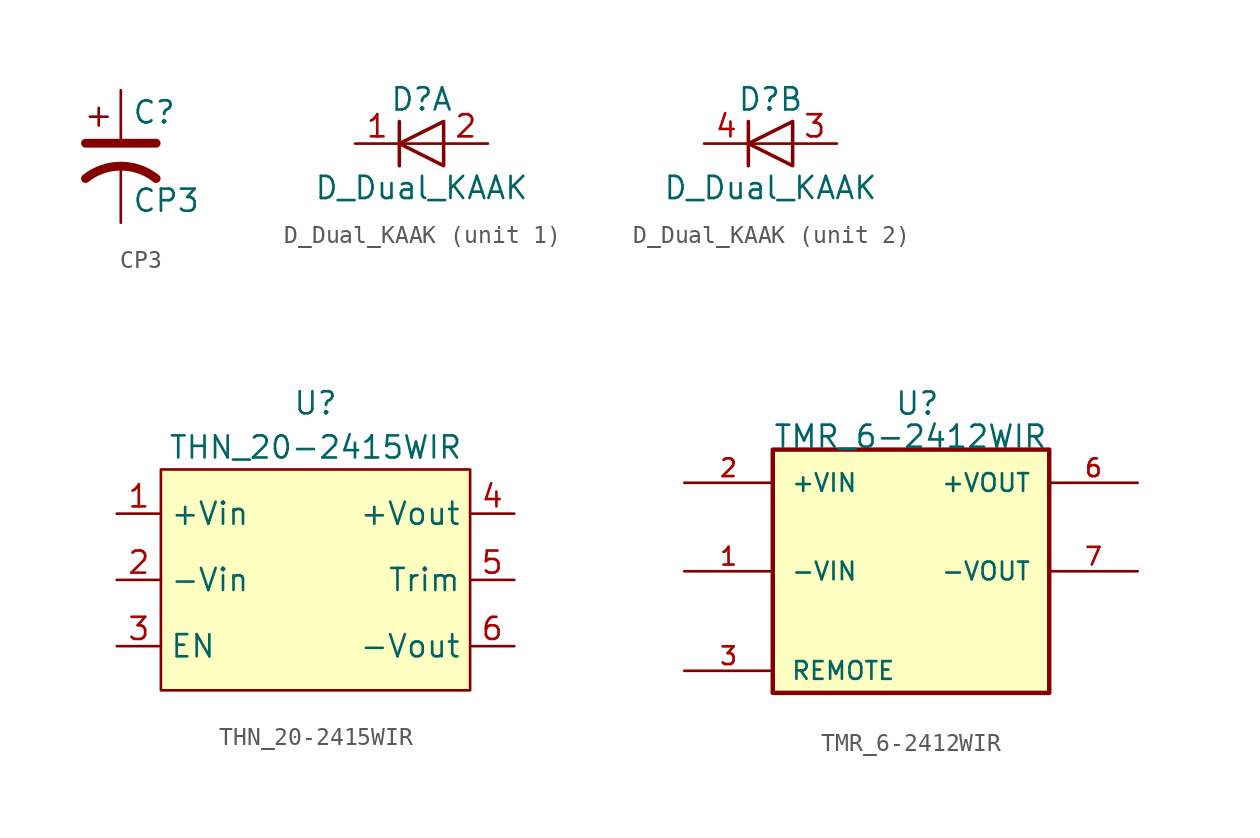
<source format=kicad_sym>
(kicad_symbol_lib
  (version 20211014)
  (generator kicad_symbol_editor)
  (symbol "CP3"
    (pin_numbers hide)
    (pin_names
      (offset 0.254) hide)
    (property "Reference" "C"
      (at 0.635 2.54 0)
      (effects (font (size 1.27 1.27)) (justify left)))
    (property "Value" "CP3"
      (at 0.635 -2.54 0)
      (effects (font (size 1.27 1.27)) (justify left)))
    (symbol "CP3_0_1"
      (polyline (pts (xy -2.032 0.762) (xy 2.032 0.762)) (stroke (width 0.508) (type default) (color 0 0 0 0)) (fill (type none)))
      (polyline (pts (xy -1.778 2.286) (xy -0.762 2.286)) (stroke (width 0) (type default) (color 0 0 0 0)) (fill (type none)))
      (polyline (pts (xy -1.27 1.778) (xy -1.27 2.794)) (stroke (width 0) (type default) (color 0 0 0 0)) (fill (type none)))
      (arc (start 2.032 -1.27) (mid 0 -0.5572) (end -2.032 -1.27) (stroke (width 0.508) (type default) (color 0 0 0 0)) (fill (type none))))
    (symbol "CP3_1_1"
      (pin passive line (at 0 -3.81 90) (length 3.302) (name "~" (effects (font (size 1.27 1.27)))) (number "1" (effects (font (size 1.27 1.27)))))
      (pin passive line (at 0 3.81 270) (length 2.794) (name "~" (effects (font (size 1.27 1.27)))) (number "2" (effects (font (size 1.27 1.27)))))
      (pin passive line (at 0 3.81 270) (length 2.794) hide (name "~" (effects (font (size 1.27 1.27)))) (number "3" (effects (font (size 1.27 1.27)))))))
  (symbol "D_Dual_KAAK"
    (pin_names
      (offset 1.016) hide)
    (property "Reference" "D"
      (at 0 2.54 0)
      (effects (font (size 1.27 1.27))))
    (property "Value" "D_Dual_KAAK"
      (at 0 -2.54 0)
      (effects (font (size 1.27 1.27))))
    (symbol "D_Dual_KAAK_0_1"
      (polyline (pts (xy -1.27 1.27) (xy -1.27 -1.27)) (stroke (width 0.203) (type default) (color 0 0 0 0)) (fill (type none)))
      (polyline (pts (xy 1.27 0) (xy -1.27 0)) (stroke (width 0) (type default) (color 0 0 0 0)) (fill (type none)))
      (polyline (pts (xy 1.27 1.27) (xy 1.27 -1.27) (xy -1.27 0) (xy 1.27 1.27)) (stroke (width 0.203) (type default) (color 0 0 0 0)) (fill (type none))))
    (symbol "D_Dual_KAAK_1_1"
      (pin passive line (at -3.81 0 0) (length 2.54) (name "K" (effects (font (size 1.27 1.27)))) (number "1" (effects (font (size 1.27 1.27)))))
      (pin passive line (at 3.81 0 180) (length 2.54) (name "A" (effects (font (size 1.27 1.27)))) (number "2" (effects (font (size 1.27 1.27))))))
    (symbol "D_Dual_KAAK_2_1"
      (pin passive line (at 3.81 0 180) (length 2.54) (name "A" (effects (font (size 1.27 1.27)))) (number "3" (effects (font (size 1.27 1.27)))))
      (pin passive line (at -3.81 0 0) (length 2.54) (name "K" (effects (font (size 1.27 1.27)))) (number "4" (effects (font (size 1.27 1.27)))))))
  (symbol "THN_20-2415WIR"
    (property "Reference" "U"
      (at 0 10.16 0)
      (effects (font (size 1.27 1.27))))
    (property "Value" "THN_20-2415WIR"
      (at 0 7.62 0)
      (effects (font (size 1.27 1.27))))
    (symbol "THN_20-2415WIR_0_1"
      (rectangle (start -8.89 6.35) (end 8.89 -6.35) (stroke (width 0) (type default) (color 0 0 0 0)) (fill (type background))))
    (symbol "THN_20-2415WIR_1_1"
      (pin power_in line (at -11.43 3.81 0) (length 2.54) (name "+Vin" (effects (font (size 1.27 1.27)))) (number "1" (effects (font (size 1.27 1.27)))))
      (pin power_in line (at -11.43 0 0) (length 2.54) (name "-Vin" (effects (font (size 1.27 1.27)))) (number "2" (effects (font (size 1.27 1.27)))))
      (pin input line (at -11.43 -3.81 0) (length 2.54) (name "EN" (effects (font (size 1.27 1.27)))) (number "3" (effects (font (size 1.27 1.27)))))
      (pin power_out line (at 11.43 3.81 180) (length 2.54) (name "+Vout" (effects (font (size 1.27 1.27)))) (number "4" (effects (font (size 1.27 1.27)))))
      (pin output line (at 11.43 0 180) (length 2.54) (name "Trim" (effects (font (size 1.27 1.27)))) (number "5" (effects (font (size 1.27 1.27)))))
      (pin power_out line (at 11.43 -3.81 180) (length 2.54) (name "-Vout" (effects (font (size 1.27 1.27)))) (number "6" (effects (font (size 1.27 1.27)))))))
  (symbol "TMR_6-2412WIR"
    (pin_names
      (offset 1.016))
    (property "Reference" "U"
      (at -0.635 8.89 0)
      (effects (font (size 1.27 1.27)) (justify left bottom)))
    (property "Value" "TMR_6-2412WIR"
      (at -7.62 6.985 0)
      (effects (font (size 1.27 1.27)) (justify left bottom)))
    (symbol "TMR_6-2412WIR_0_0"
      (rectangle (start -7.62 6.985) (end 8.255 -6.985) (stroke (width 0.254) (type default) (color 0 0 0 0)) (fill (type background)))
      (pin power_in line (at -12.7 0 0) (length 5.08) (name "-VIN" (effects (font (size 1.016 1.016)))) (number "1" (effects (font (size 1.016 1.016)))))
      (pin no_connect line (at -7.62 -3.81 0) (length 5.08) hide (name "CASE" (effects (font (size 1.016 1.016)))) (number "10" (effects (font (size 1.016 1.016)))))
      (pin power_in line (at -12.7 5.08 0) (length 5.08) (name "+VIN" (effects (font (size 1.016 1.016)))) (number "2" (effects (font (size 1.016 1.016)))))
      (pin passive line (at -12.7 -5.715 0) (length 5.08) (name "REMOTE" (effects (font (size 1.016 1.016)))) (number "3" (effects (font (size 1.016 1.016)))))
      (pin power_out line (at 13.335 5.08 180) (length 5.08) (name "+VOUT" (effects (font (size 1.016 1.016)))) (number "6" (effects (font (size 1.016 1.016)))))
      (pin power_in line (at 13.335 0 180) (length 5.08) (name "-VOUT" (effects (font (size 1.016 1.016)))) (number "7" (effects (font (size 1.016 1.016)))))
      (pin no_connect line (at 8.255 -5.715 180) (length 5.08) hide (name "NC" (effects (font (size 1.016 1.016)))) (number "8" (effects (font (size 1.016 1.016)))))
      (pin no_connect line (at -7.62 -4.445 0) (length 5.08) hide (name "CASE" (effects (font (size 1.016 1.016)))) (number "9" (effects (font (size 1.016 1.016))))))))
</source>
